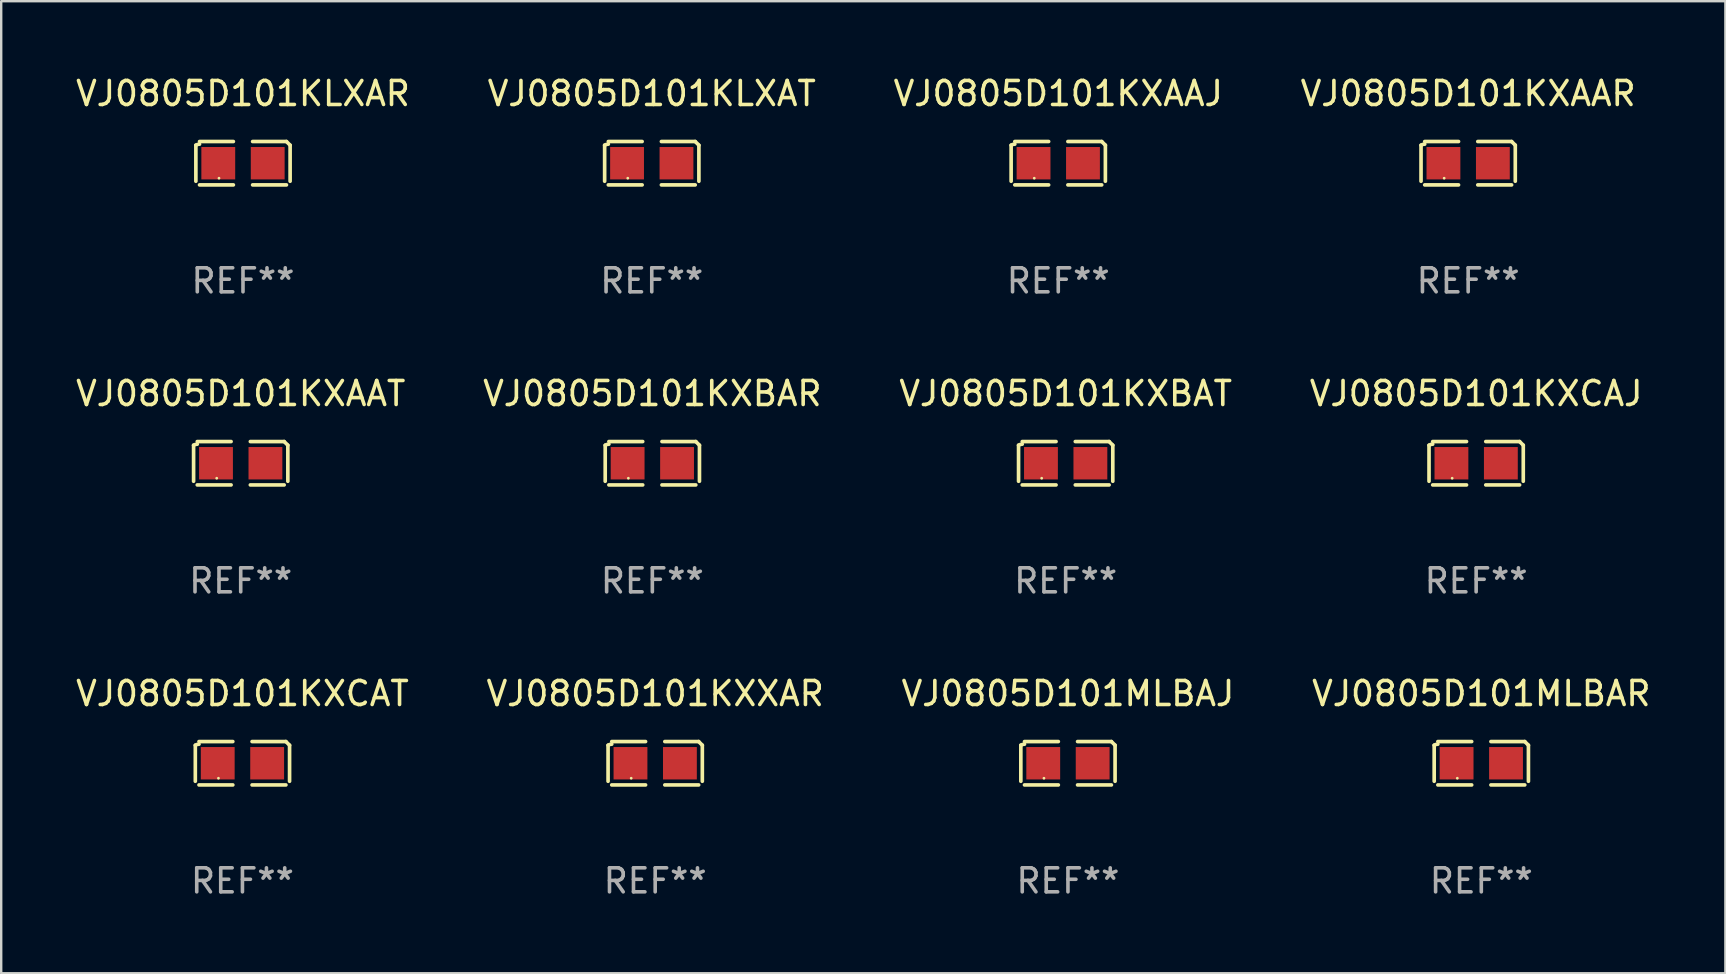
<source format=kicad_pcb>
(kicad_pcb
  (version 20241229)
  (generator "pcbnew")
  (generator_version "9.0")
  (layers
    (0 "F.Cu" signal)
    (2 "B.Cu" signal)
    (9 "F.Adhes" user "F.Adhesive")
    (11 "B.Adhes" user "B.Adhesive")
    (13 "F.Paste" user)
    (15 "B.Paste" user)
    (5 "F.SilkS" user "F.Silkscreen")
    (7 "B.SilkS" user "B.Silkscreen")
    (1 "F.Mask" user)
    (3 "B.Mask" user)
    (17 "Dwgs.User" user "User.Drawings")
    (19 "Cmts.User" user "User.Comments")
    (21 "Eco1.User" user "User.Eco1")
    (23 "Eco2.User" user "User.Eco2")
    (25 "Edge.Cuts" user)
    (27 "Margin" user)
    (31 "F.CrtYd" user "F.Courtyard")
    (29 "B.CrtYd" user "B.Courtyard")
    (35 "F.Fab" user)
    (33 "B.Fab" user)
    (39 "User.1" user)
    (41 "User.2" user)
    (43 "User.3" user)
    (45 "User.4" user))
  (footprint "VJ0805D101KXAAJ"
    (layer "F.Cu")
    (at 41.054 3.752)
    (property "Reference" "VJ0805D101KXAAJ" (at 0 -2.904 0) (layer "F.SilkS") (effects (font (size 1 1) (thickness 0.15))))
    (attr through_hole)
    (fp_line (start -1.964 0.751) (end -1.964 -0.751) (stroke (width 0.152) (type solid)) (layer "F.SilkS"))
    (fp_line (start -1.811 -0.904) (end -0.401 -0.904) (stroke (width 0.152) (type solid)) (layer "F.SilkS"))
    (fp_line (start -0.401 0.904) (end -1.811 0.904) (stroke (width 0.152) (type solid)) (layer "F.SilkS"))
    (fp_line (start 0.401 0.904) (end 1.811 0.904) (stroke (width 0.152) (type solid)) (layer "F.SilkS"))
    (fp_line (start 1.811 -0.904) (end 0.401 -0.904) (stroke (width 0.152) (type solid)) (layer "F.SilkS"))
    (fp_line (start 1.964 0.751) (end 1.964 -0.751) (stroke (width 0.152) (type solid)) (layer "F.SilkS"))
    (fp_arc (start -1.963602 -0.751207) (mid -1.890354 -0.783131) (end -1.811201 -0.794044) (stroke (width 0.1524) (type solid)) (layer "F.SilkS"))
    (fp_arc (start 1.811202 -0.903607) (mid 1.887413 -0.827418) (end 1.963602 -0.751207) (stroke (width 0.1524) (type solid)) (layer "F.SilkS"))
    (fp_circle (center -1 0.625) (end -0.97 0.625) (stroke (width 0.06) (type solid)) (fill no) (layer "F.SilkS"))
    (fp_text user "REF**" (at 0 4.904 0) (layer "F.Fab") (effects (font (size 1 1) (thickness 0.15))))
    (pad "1" smd rect (at -1.03 0) (size 1.41 1.35) (layers "F.Cu" "F.Mask" "F.Paste"))
    (pad "2" smd rect (at 1.03 0) (size 1.41 1.35) (layers "F.Cu" "F.Mask" "F.Paste")))
  (footprint "VJ0805D101KXBAT"
    (layer "F.Cu")
    (at 41.363 16.256)
    (property "Reference" "VJ0805D101KXBAT" (at 0 -2.904 0) (layer "F.SilkS") (effects (font (size 1 1) (thickness 0.15))))
    (attr through_hole)
    (fp_line (start -1.964 0.751) (end -1.964 -0.751) (stroke (width 0.152) (type solid)) (layer "F.SilkS"))
    (fp_line (start -1.811 -0.904) (end -0.401 -0.904) (stroke (width 0.152) (type solid)) (layer "F.SilkS"))
    (fp_line (start -0.401 0.904) (end -1.811 0.904) (stroke (width 0.152) (type solid)) (layer "F.SilkS"))
    (fp_line (start 0.401 0.904) (end 1.811 0.904) (stroke (width 0.152) (type solid)) (layer "F.SilkS"))
    (fp_line (start 1.811 -0.904) (end 0.401 -0.904) (stroke (width 0.152) (type solid)) (layer "F.SilkS"))
    (fp_line (start 1.964 0.751) (end 1.964 -0.751) (stroke (width 0.152) (type solid)) (layer "F.SilkS"))
    (fp_arc (start -1.963602 -0.751207) (mid -1.890354 -0.783131) (end -1.811201 -0.794044) (stroke (width 0.1524) (type solid)) (layer "F.SilkS"))
    (fp_arc (start 1.811202 -0.903607) (mid 1.887413 -0.827418) (end 1.963602 -0.751207) (stroke (width 0.1524) (type solid)) (layer "F.SilkS"))
    (fp_circle (center -1 0.625) (end -0.97 0.625) (stroke (width 0.06) (type solid)) (fill no) (layer "F.SilkS"))
    (fp_text user "REF**" (at 0 4.904 0) (layer "F.Fab") (effects (font (size 1 1) (thickness 0.15))))
    (pad "1" smd rect (at -1.03 0) (size 1.41 1.35) (layers "F.Cu" "F.Mask" "F.Paste"))
    (pad "2" smd rect (at 1.03 0) (size 1.41 1.35) (layers "F.Cu" "F.Mask" "F.Paste")))
  (footprint "VJ0805D101KLXAR"
    (layer "F.Cu")
    (at 7.077 3.752)
    (property "Reference" "VJ0805D101KLXAR" (at 0 -2.904 0) (layer "F.SilkS") (effects (font (size 1 1) (thickness 0.15))))
    (attr through_hole)
    (fp_line (start -1.964 0.751) (end -1.964 -0.751) (stroke (width 0.152) (type solid)) (layer "F.SilkS"))
    (fp_line (start -1.811 -0.904) (end -0.401 -0.904) (stroke (width 0.152) (type solid)) (layer "F.SilkS"))
    (fp_line (start -0.401 0.904) (end -1.811 0.904) (stroke (width 0.152) (type solid)) (layer "F.SilkS"))
    (fp_line (start 0.401 0.904) (end 1.811 0.904) (stroke (width 0.152) (type solid)) (layer "F.SilkS"))
    (fp_line (start 1.811 -0.904) (end 0.401 -0.904) (stroke (width 0.152) (type solid)) (layer "F.SilkS"))
    (fp_line (start 1.964 0.751) (end 1.964 -0.751) (stroke (width 0.152) (type solid)) (layer "F.SilkS"))
    (fp_arc (start -1.963602 -0.751207) (mid -1.890354 -0.783131) (end -1.811201 -0.794044) (stroke (width 0.1524) (type solid)) (layer "F.SilkS"))
    (fp_arc (start 1.811202 -0.903607) (mid 1.887413 -0.827418) (end 1.963602 -0.751207) (stroke (width 0.1524) (type solid)) (layer "F.SilkS"))
    (fp_circle (center -1 0.625) (end -0.97 0.625) (stroke (width 0.06) (type solid)) (fill no) (layer "F.SilkS"))
    (fp_text user "REF**" (at 0 4.904 0) (layer "F.Fab") (effects (font (size 1 1) (thickness 0.15))))
    (pad "1" smd rect (at -1.03 0) (size 1.41 1.35) (layers "F.Cu" "F.Mask" "F.Paste"))
    (pad "2" smd rect (at 1.03 0) (size 1.41 1.35) (layers "F.Cu" "F.Mask" "F.Paste")))
  (footprint "VJ0805D101KXAAT"
    (layer "F.Cu")
    (at 6.982 16.256)
    (property "Reference" "VJ0805D101KXAAT" (at 0 -2.904 0) (layer "F.SilkS") (effects (font (size 1 1) (thickness 0.15))))
    (attr through_hole)
    (fp_line (start -1.964 0.751) (end -1.964 -0.751) (stroke (width 0.152) (type solid)) (layer "F.SilkS"))
    (fp_line (start -1.811 -0.904) (end -0.401 -0.904) (stroke (width 0.152) (type solid)) (layer "F.SilkS"))
    (fp_line (start -0.401 0.904) (end -1.811 0.904) (stroke (width 0.152) (type solid)) (layer "F.SilkS"))
    (fp_line (start 0.401 0.904) (end 1.811 0.904) (stroke (width 0.152) (type solid)) (layer "F.SilkS"))
    (fp_line (start 1.811 -0.904) (end 0.401 -0.904) (stroke (width 0.152) (type solid)) (layer "F.SilkS"))
    (fp_line (start 1.964 0.751) (end 1.964 -0.751) (stroke (width 0.152) (type solid)) (layer "F.SilkS"))
    (fp_arc (start -1.963602 -0.751207) (mid -1.890354 -0.783131) (end -1.811201 -0.794044) (stroke (width 0.1524) (type solid)) (layer "F.SilkS"))
    (fp_arc (start 1.811202 -0.903607) (mid 1.887413 -0.827418) (end 1.963602 -0.751207) (stroke (width 0.1524) (type solid)) (layer "F.SilkS"))
    (fp_circle (center -1 0.625) (end -0.97 0.625) (stroke (width 0.06) (type solid)) (fill no) (layer "F.SilkS"))
    (fp_text user "REF**" (at 0 4.904 0) (layer "F.Fab") (effects (font (size 1 1) (thickness 0.15))))
    (pad "1" smd rect (at -1.03 0) (size 1.41 1.35) (layers "F.Cu" "F.Mask" "F.Paste"))
    (pad "2" smd rect (at 1.03 0) (size 1.41 1.35) (layers "F.Cu" "F.Mask" "F.Paste")))
  (footprint "VJ0805D101MLBAJ"
    (layer "F.Cu")
    (at 41.458 28.759)
    (property "Reference" "VJ0805D101MLBAJ" (at 0 -2.904 0) (layer "F.SilkS") (effects (font (size 1 1) (thickness 0.15))))
    (attr through_hole)
    (fp_line (start -1.964 0.751) (end -1.964 -0.751) (stroke (width 0.152) (type solid)) (layer "F.SilkS"))
    (fp_line (start -1.811 -0.904) (end -0.401 -0.904) (stroke (width 0.152) (type solid)) (layer "F.SilkS"))
    (fp_line (start -0.401 0.904) (end -1.811 0.904) (stroke (width 0.152) (type solid)) (layer "F.SilkS"))
    (fp_line (start 0.401 0.904) (end 1.811 0.904) (stroke (width 0.152) (type solid)) (layer "F.SilkS"))
    (fp_line (start 1.811 -0.904) (end 0.401 -0.904) (stroke (width 0.152) (type solid)) (layer "F.SilkS"))
    (fp_line (start 1.964 0.751) (end 1.964 -0.751) (stroke (width 0.152) (type solid)) (layer "F.SilkS"))
    (fp_arc (start -1.963602 -0.751207) (mid -1.890354 -0.783131) (end -1.811201 -0.794044) (stroke (width 0.1524) (type solid)) (layer "F.SilkS"))
    (fp_arc (start 1.811202 -0.903607) (mid 1.887413 -0.827418) (end 1.963602 -0.751207) (stroke (width 0.1524) (type solid)) (layer "F.SilkS"))
    (fp_circle (center -1 0.625) (end -0.97 0.625) (stroke (width 0.06) (type solid)) (fill no) (layer "F.SilkS"))
    (fp_text user "REF**" (at 0 4.904 0) (layer "F.Fab") (effects (font (size 1 1) (thickness 0.15))))
    (pad "1" smd rect (at -1.03 0) (size 1.41 1.35) (layers "F.Cu" "F.Mask" "F.Paste"))
    (pad "2" smd rect (at 1.03 0) (size 1.41 1.35) (layers "F.Cu" "F.Mask" "F.Paste")))
  (footprint "VJ0805D101KXXAR"
    (layer "F.Cu")
    (at 24.256 28.759)
    (property "Reference" "VJ0805D101KXXAR" (at 0 -2.904 0) (layer "F.SilkS") (effects (font (size 1 1) (thickness 0.15))))
    (attr through_hole)
    (fp_line (start -1.964 0.751) (end -1.964 -0.751) (stroke (width 0.152) (type solid)) (layer "F.SilkS"))
    (fp_line (start -1.811 -0.904) (end -0.401 -0.904) (stroke (width 0.152) (type solid)) (layer "F.SilkS"))
    (fp_line (start -0.401 0.904) (end -1.811 0.904) (stroke (width 0.152) (type solid)) (layer "F.SilkS"))
    (fp_line (start 0.401 0.904) (end 1.811 0.904) (stroke (width 0.152) (type solid)) (layer "F.SilkS"))
    (fp_line (start 1.811 -0.904) (end 0.401 -0.904) (stroke (width 0.152) (type solid)) (layer "F.SilkS"))
    (fp_line (start 1.964 0.751) (end 1.964 -0.751) (stroke (width 0.152) (type solid)) (layer "F.SilkS"))
    (fp_arc (start -1.963602 -0.751207) (mid -1.890354 -0.783131) (end -1.811201 -0.794044) (stroke (width 0.1524) (type solid)) (layer "F.SilkS"))
    (fp_arc (start 1.811202 -0.903607) (mid 1.887413 -0.827418) (end 1.963602 -0.751207) (stroke (width 0.1524) (type solid)) (layer "F.SilkS"))
    (fp_circle (center -1 0.625) (end -0.97 0.625) (stroke (width 0.06) (type solid)) (fill no) (layer "F.SilkS"))
    (fp_text user "REF**" (at 0 4.904 0) (layer "F.Fab") (effects (font (size 1 1) (thickness 0.15))))
    (pad "1" smd rect (at -1.03 0) (size 1.41 1.35) (layers "F.Cu" "F.Mask" "F.Paste"))
    (pad "2" smd rect (at 1.03 0) (size 1.41 1.35) (layers "F.Cu" "F.Mask" "F.Paste")))
  (footprint "VJ0805D101KLXAT"
    (layer "F.Cu")
    (at 24.113 3.752)
    (property "Reference" "VJ0805D101KLXAT" (at 0 -2.904 0) (layer "F.SilkS") (effects (font (size 1 1) (thickness 0.15))))
    (attr through_hole)
    (fp_line (start -1.964 0.751) (end -1.964 -0.751) (stroke (width 0.152) (type solid)) (layer "F.SilkS"))
    (fp_line (start -1.811 -0.904) (end -0.401 -0.904) (stroke (width 0.152) (type solid)) (layer "F.SilkS"))
    (fp_line (start -0.401 0.904) (end -1.811 0.904) (stroke (width 0.152) (type solid)) (layer "F.SilkS"))
    (fp_line (start 0.401 0.904) (end 1.811 0.904) (stroke (width 0.152) (type solid)) (layer "F.SilkS"))
    (fp_line (start 1.811 -0.904) (end 0.401 -0.904) (stroke (width 0.152) (type solid)) (layer "F.SilkS"))
    (fp_line (start 1.964 0.751) (end 1.964 -0.751) (stroke (width 0.152) (type solid)) (layer "F.SilkS"))
    (fp_arc (start -1.963602 -0.751207) (mid -1.890354 -0.783131) (end -1.811201 -0.794044) (stroke (width 0.1524) (type solid)) (layer "F.SilkS"))
    (fp_arc (start 1.811202 -0.903607) (mid 1.887413 -0.827418) (end 1.963602 -0.751207) (stroke (width 0.1524) (type solid)) (layer "F.SilkS"))
    (fp_circle (center -1 0.625) (end -0.97 0.625) (stroke (width 0.06) (type solid)) (fill no) (layer "F.SilkS"))
    (fp_text user "REF**" (at 0 4.904 0) (layer "F.Fab") (effects (font (size 1 1) (thickness 0.15))))
    (pad "1" smd rect (at -1.03 0) (size 1.41 1.35) (layers "F.Cu" "F.Mask" "F.Paste"))
    (pad "2" smd rect (at 1.03 0) (size 1.41 1.35) (layers "F.Cu" "F.Mask" "F.Paste")))
  (footprint "VJ0805D101KXCAT"
    (layer "F.Cu")
    (at 7.054 28.759)
    (property "Reference" "VJ0805D101KXCAT" (at 0 -2.904 0) (layer "F.SilkS") (effects (font (size 1 1) (thickness 0.15))))
    (attr through_hole)
    (fp_line (start -1.964 0.751) (end -1.964 -0.751) (stroke (width 0.152) (type solid)) (layer "F.SilkS"))
    (fp_line (start -1.811 -0.904) (end -0.401 -0.904) (stroke (width 0.152) (type solid)) (layer "F.SilkS"))
    (fp_line (start -0.401 0.904) (end -1.811 0.904) (stroke (width 0.152) (type solid)) (layer "F.SilkS"))
    (fp_line (start 0.401 0.904) (end 1.811 0.904) (stroke (width 0.152) (type solid)) (layer "F.SilkS"))
    (fp_line (start 1.811 -0.904) (end 0.401 -0.904) (stroke (width 0.152) (type solid)) (layer "F.SilkS"))
    (fp_line (start 1.964 0.751) (end 1.964 -0.751) (stroke (width 0.152) (type solid)) (layer "F.SilkS"))
    (fp_arc (start -1.963602 -0.751207) (mid -1.890354 -0.783131) (end -1.811201 -0.794044) (stroke (width 0.1524) (type solid)) (layer "F.SilkS"))
    (fp_arc (start 1.811202 -0.903607) (mid 1.887413 -0.827418) (end 1.963602 -0.751207) (stroke (width 0.1524) (type solid)) (layer "F.SilkS"))
    (fp_circle (center -1 0.625) (end -0.97 0.625) (stroke (width 0.06) (type solid)) (fill no) (layer "F.SilkS"))
    (fp_text user "REF**" (at 0 4.904 0) (layer "F.Fab") (effects (font (size 1 1) (thickness 0.15))))
    (pad "1" smd rect (at -1.03 0) (size 1.41 1.35) (layers "F.Cu" "F.Mask" "F.Paste"))
    (pad "2" smd rect (at 1.03 0) (size 1.41 1.35) (layers "F.Cu" "F.Mask" "F.Paste")))
  (footprint "VJ0805D101KXAAR"
    (layer "F.Cu")
    (at 58.137 3.752)
    (property "Reference" "VJ0805D101KXAAR" (at 0 -2.904 0) (layer "F.SilkS") (effects (font (size 1 1) (thickness 0.15))))
    (attr through_hole)
    (fp_line (start -1.964 0.751) (end -1.964 -0.751) (stroke (width 0.152) (type solid)) (layer "F.SilkS"))
    (fp_line (start -1.811 -0.904) (end -0.401 -0.904) (stroke (width 0.152) (type solid)) (layer "F.SilkS"))
    (fp_line (start -0.401 0.904) (end -1.811 0.904) (stroke (width 0.152) (type solid)) (layer "F.SilkS"))
    (fp_line (start 0.401 0.904) (end 1.811 0.904) (stroke (width 0.152) (type solid)) (layer "F.SilkS"))
    (fp_line (start 1.811 -0.904) (end 0.401 -0.904) (stroke (width 0.152) (type solid)) (layer "F.SilkS"))
    (fp_line (start 1.964 0.751) (end 1.964 -0.751) (stroke (width 0.152) (type solid)) (layer "F.SilkS"))
    (fp_arc (start -1.963602 -0.751207) (mid -1.890354 -0.783131) (end -1.811201 -0.794044) (stroke (width 0.1524) (type solid)) (layer "F.SilkS"))
    (fp_arc (start 1.811202 -0.903607) (mid 1.887413 -0.827418) (end 1.963602 -0.751207) (stroke (width 0.1524) (type solid)) (layer "F.SilkS"))
    (fp_circle (center -1 0.625) (end -0.97 0.625) (stroke (width 0.06) (type solid)) (fill no) (layer "F.SilkS"))
    (fp_text user "REF**" (at 0 4.904 0) (layer "F.Fab") (effects (font (size 1 1) (thickness 0.15))))
    (pad "1" smd rect (at -1.03 0) (size 1.41 1.35) (layers "F.Cu" "F.Mask" "F.Paste"))
    (pad "2" smd rect (at 1.03 0) (size 1.41 1.35) (layers "F.Cu" "F.Mask" "F.Paste")))
  (footprint "VJ0805D101KXCAJ"
    (layer "F.Cu")
    (at 58.47 16.256)
    (property "Reference" "VJ0805D101KXCAJ" (at 0 -2.904 0) (layer "F.SilkS") (effects (font (size 1 1) (thickness 0.15))))
    (attr through_hole)
    (fp_line (start -1.964 0.751) (end -1.964 -0.751) (stroke (width 0.152) (type solid)) (layer "F.SilkS"))
    (fp_line (start -1.811 -0.904) (end -0.401 -0.904) (stroke (width 0.152) (type solid)) (layer "F.SilkS"))
    (fp_line (start -0.401 0.904) (end -1.811 0.904) (stroke (width 0.152) (type solid)) (layer "F.SilkS"))
    (fp_line (start 0.401 0.904) (end 1.811 0.904) (stroke (width 0.152) (type solid)) (layer "F.SilkS"))
    (fp_line (start 1.811 -0.904) (end 0.401 -0.904) (stroke (width 0.152) (type solid)) (layer "F.SilkS"))
    (fp_line (start 1.964 0.751) (end 1.964 -0.751) (stroke (width 0.152) (type solid)) (layer "F.SilkS"))
    (fp_arc (start -1.963602 -0.751207) (mid -1.890354 -0.783131) (end -1.811201 -0.794044) (stroke (width 0.1524) (type solid)) (layer "F.SilkS"))
    (fp_arc (start 1.811202 -0.903607) (mid 1.887413 -0.827418) (end 1.963602 -0.751207) (stroke (width 0.1524) (type solid)) (layer "F.SilkS"))
    (fp_circle (center -1 0.625) (end -0.97 0.625) (stroke (width 0.06) (type solid)) (fill no) (layer "F.SilkS"))
    (fp_text user "REF**" (at 0 4.904 0) (layer "F.Fab") (effects (font (size 1 1) (thickness 0.15))))
    (pad "1" smd rect (at -1.03 0) (size 1.41 1.35) (layers "F.Cu" "F.Mask" "F.Paste"))
    (pad "2" smd rect (at 1.03 0) (size 1.41 1.35) (layers "F.Cu" "F.Mask" "F.Paste")))
  (footprint "VJ0805D101MLBAR"
    (layer "F.Cu")
    (at 58.685 28.759)
    (property "Reference" "VJ0805D101MLBAR" (at 0 -2.904 0) (layer "F.SilkS") (effects (font (size 1 1) (thickness 0.15))))
    (attr through_hole)
    (fp_line (start -1.964 0.751) (end -1.964 -0.751) (stroke (width 0.152) (type solid)) (layer "F.SilkS"))
    (fp_line (start -1.811 -0.904) (end -0.401 -0.904) (stroke (width 0.152) (type solid)) (layer "F.SilkS"))
    (fp_line (start -0.401 0.904) (end -1.811 0.904) (stroke (width 0.152) (type solid)) (layer "F.SilkS"))
    (fp_line (start 0.401 0.904) (end 1.811 0.904) (stroke (width 0.152) (type solid)) (layer "F.SilkS"))
    (fp_line (start 1.811 -0.904) (end 0.401 -0.904) (stroke (width 0.152) (type solid)) (layer "F.SilkS"))
    (fp_line (start 1.964 0.751) (end 1.964 -0.751) (stroke (width 0.152) (type solid)) (layer "F.SilkS"))
    (fp_arc (start -1.963602 -0.751207) (mid -1.890354 -0.783131) (end -1.811201 -0.794044) (stroke (width 0.1524) (type solid)) (layer "F.SilkS"))
    (fp_arc (start 1.811202 -0.903607) (mid 1.887413 -0.827418) (end 1.963602 -0.751207) (stroke (width 0.1524) (type solid)) (layer "F.SilkS"))
    (fp_circle (center -1 0.625) (end -0.97 0.625) (stroke (width 0.06) (type solid)) (fill no) (layer "F.SilkS"))
    (fp_text user "REF**" (at 0 4.904 0) (layer "F.Fab") (effects (font (size 1 1) (thickness 0.15))))
    (pad "1" smd rect (at -1.03 0) (size 1.41 1.35) (layers "F.Cu" "F.Mask" "F.Paste"))
    (pad "2" smd rect (at 1.03 0) (size 1.41 1.35) (layers "F.Cu" "F.Mask" "F.Paste")))
  (footprint "VJ0805D101KXBAR"
    (layer "F.Cu")
    (at 24.137 16.256)
    (property "Reference" "VJ0805D101KXBAR" (at 0 -2.904 0) (layer "F.SilkS") (effects (font (size 1 1) (thickness 0.15))))
    (attr through_hole)
    (fp_line (start -1.964 0.751) (end -1.964 -0.751) (stroke (width 0.152) (type solid)) (layer "F.SilkS"))
    (fp_line (start -1.811 -0.904) (end -0.401 -0.904) (stroke (width 0.152) (type solid)) (layer "F.SilkS"))
    (fp_line (start -0.401 0.904) (end -1.811 0.904) (stroke (width 0.152) (type solid)) (layer "F.SilkS"))
    (fp_line (start 0.401 0.904) (end 1.811 0.904) (stroke (width 0.152) (type solid)) (layer "F.SilkS"))
    (fp_line (start 1.811 -0.904) (end 0.401 -0.904) (stroke (width 0.152) (type solid)) (layer "F.SilkS"))
    (fp_line (start 1.964 0.751) (end 1.964 -0.751) (stroke (width 0.152) (type solid)) (layer "F.SilkS"))
    (fp_arc (start -1.963602 -0.751207) (mid -1.890354 -0.783131) (end -1.811201 -0.794044) (stroke (width 0.1524) (type solid)) (layer "F.SilkS"))
    (fp_arc (start 1.811202 -0.903607) (mid 1.887413 -0.827418) (end 1.963602 -0.751207) (stroke (width 0.1524) (type solid)) (layer "F.SilkS"))
    (fp_circle (center -1 0.625) (end -0.97 0.625) (stroke (width 0.06) (type solid)) (fill no) (layer "F.SilkS"))
    (fp_text user "REF**" (at 0 4.904 0) (layer "F.Fab") (effects (font (size 1 1) (thickness 0.15))))
    (pad "1" smd rect (at -1.03 0) (size 1.41 1.35) (layers "F.Cu" "F.Mask" "F.Paste"))
    (pad "2" smd rect (at 1.03 0) (size 1.41 1.35) (layers "F.Cu" "F.Mask" "F.Paste")))
  (gr_rect
    (start -3 -3)
    (end 68.857 37.511)
    (stroke (width 0.1) (type default))
    (fill no)
    (layer "Edge.Cuts")))
</source>
